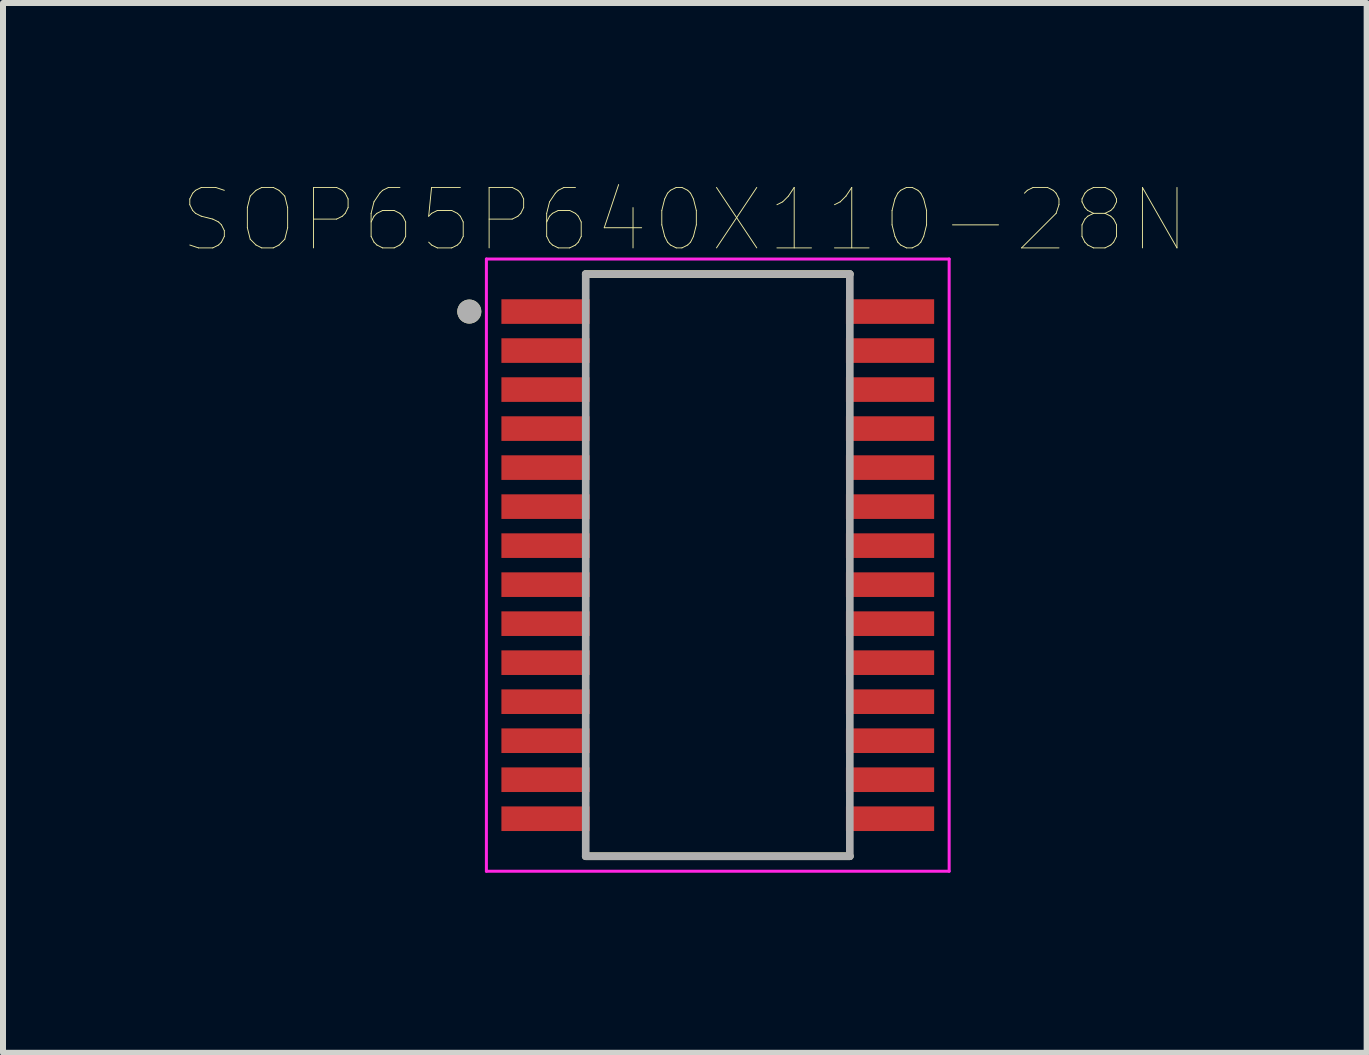
<source format=kicad_pcb>
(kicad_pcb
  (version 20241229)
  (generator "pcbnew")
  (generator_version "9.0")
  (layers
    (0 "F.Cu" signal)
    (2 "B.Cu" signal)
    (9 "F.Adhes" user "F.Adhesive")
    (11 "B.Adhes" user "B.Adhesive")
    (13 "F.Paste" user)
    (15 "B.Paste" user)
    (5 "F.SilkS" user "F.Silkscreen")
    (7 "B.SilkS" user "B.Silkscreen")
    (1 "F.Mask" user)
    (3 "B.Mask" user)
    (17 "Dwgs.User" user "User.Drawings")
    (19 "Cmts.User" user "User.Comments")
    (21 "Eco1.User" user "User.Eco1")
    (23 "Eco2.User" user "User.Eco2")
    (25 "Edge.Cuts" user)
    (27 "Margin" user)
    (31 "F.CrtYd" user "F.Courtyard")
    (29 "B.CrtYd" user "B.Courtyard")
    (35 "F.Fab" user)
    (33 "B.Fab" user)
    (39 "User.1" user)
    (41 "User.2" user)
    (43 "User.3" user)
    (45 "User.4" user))
  (footprint "SOP65P640X110-28N"
    (layer "F.Cu")
    (at 8.909 6.366)
    (property "Reference" "SOP65P640X110-28N" (at -0.549 -5.751 0) (layer "F.SilkS") (effects (font (size 1.007 1.007) (thickness 0.015))))
    (attr through_hole)
    (fp_line (start -2.2 -4.85) (end 2.2 -4.85) (stroke (width 0.127) (type solid)) (layer "F.SilkS"))
    (fp_line (start -2.2 4.85) (end 2.2 4.85) (stroke (width 0.127) (type solid)) (layer "F.SilkS"))
    (fp_circle (center -4.14 -4.225) (end -4.04 -4.225) (stroke (width 0.2) (type solid)) (fill no) (layer "F.SilkS"))
    (fp_line (start -3.855 -5.1) (end -3.855 5.1) (stroke (width 0.05) (type solid)) (layer "F.CrtYd"))
    (fp_line (start -3.855 -5.1) (end 3.855 -5.1) (stroke (width 0.05) (type solid)) (layer "F.CrtYd"))
    (fp_line (start -3.855 5.1) (end 3.855 5.1) (stroke (width 0.05) (type solid)) (layer "F.CrtYd"))
    (fp_line (start 3.855 -5.1) (end 3.855 5.1) (stroke (width 0.05) (type solid)) (layer "F.CrtYd"))
    (fp_line (start -2.2 -4.85) (end -2.2 4.85) (stroke (width 0.127) (type solid)) (layer "F.Fab"))
    (fp_line (start -2.2 -4.85) (end 2.2 -4.85) (stroke (width 0.127) (type solid)) (layer "F.Fab"))
    (fp_line (start -2.2 4.85) (end 2.2 4.85) (stroke (width 0.127) (type solid)) (layer "F.Fab"))
    (fp_line (start 2.2 -4.85) (end 2.2 4.85) (stroke (width 0.127) (type solid)) (layer "F.Fab"))
    (fp_circle (center -4.14 -4.225) (end -4.04 -4.225) (stroke (width 0.2) (type solid)) (fill no) (layer "F.Fab"))
    (pad "1" smd rect (at -2.87 -4.225) (size 1.47 0.41) (layers "F.Cu" "F.Mask" "F.Paste"))
    (pad "2" smd rect (at -2.87 -3.575) (size 1.47 0.41) (layers "F.Cu" "F.Mask" "F.Paste"))
    (pad "3" smd rect (at -2.87 -2.925) (size 1.47 0.41) (layers "F.Cu" "F.Mask" "F.Paste"))
    (pad "4" smd rect (at -2.87 -2.275) (size 1.47 0.41) (layers "F.Cu" "F.Mask" "F.Paste"))
    (pad "5" smd rect (at -2.87 -1.625) (size 1.47 0.41) (layers "F.Cu" "F.Mask" "F.Paste"))
    (pad "6" smd rect (at -2.87 -0.975) (size 1.47 0.41) (layers "F.Cu" "F.Mask" "F.Paste"))
    (pad "7" smd rect (at -2.87 -0.325) (size 1.47 0.41) (layers "F.Cu" "F.Mask" "F.Paste"))
    (pad "8" smd rect (at -2.87 0.325) (size 1.47 0.41) (layers "F.Cu" "F.Mask" "F.Paste"))
    (pad "9" smd rect (at -2.87 0.975) (size 1.47 0.41) (layers "F.Cu" "F.Mask" "F.Paste"))
    (pad "10" smd rect (at -2.87 1.625) (size 1.47 0.41) (layers "F.Cu" "F.Mask" "F.Paste"))
    (pad "11" smd rect (at -2.87 2.275) (size 1.47 0.41) (layers "F.Cu" "F.Mask" "F.Paste"))
    (pad "12" smd rect (at -2.87 2.925) (size 1.47 0.41) (layers "F.Cu" "F.Mask" "F.Paste"))
    (pad "13" smd rect (at -2.87 3.575) (size 1.47 0.41) (layers "F.Cu" "F.Mask" "F.Paste"))
    (pad "14" smd rect (at -2.87 4.225) (size 1.47 0.41) (layers "F.Cu" "F.Mask" "F.Paste"))
    (pad "15" smd rect (at 2.87 4.225) (size 1.47 0.41) (layers "F.Cu" "F.Mask" "F.Paste"))
    (pad "16" smd rect (at 2.87 3.575) (size 1.47 0.41) (layers "F.Cu" "F.Mask" "F.Paste"))
    (pad "17" smd rect (at 2.87 2.925) (size 1.47 0.41) (layers "F.Cu" "F.Mask" "F.Paste"))
    (pad "18" smd rect (at 2.87 2.275) (size 1.47 0.41) (layers "F.Cu" "F.Mask" "F.Paste"))
    (pad "19" smd rect (at 2.87 1.625) (size 1.47 0.41) (layers "F.Cu" "F.Mask" "F.Paste"))
    (pad "20" smd rect (at 2.87 0.975) (size 1.47 0.41) (layers "F.Cu" "F.Mask" "F.Paste"))
    (pad "21" smd rect (at 2.87 0.325) (size 1.47 0.41) (layers "F.Cu" "F.Mask" "F.Paste"))
    (pad "22" smd rect (at 2.87 -0.325) (size 1.47 0.41) (layers "F.Cu" "F.Mask" "F.Paste"))
    (pad "23" smd rect (at 2.87 -0.975) (size 1.47 0.41) (layers "F.Cu" "F.Mask" "F.Paste"))
    (pad "24" smd rect (at 2.87 -1.625) (size 1.47 0.41) (layers "F.Cu" "F.Mask" "F.Paste"))
    (pad "25" smd rect (at 2.87 -2.275) (size 1.47 0.41) (layers "F.Cu" "F.Mask" "F.Paste"))
    (pad "26" smd rect (at 2.87 -2.925) (size 1.47 0.41) (layers "F.Cu" "F.Mask" "F.Paste"))
    (pad "27" smd rect (at 2.87 -3.575) (size 1.47 0.41) (layers "F.Cu" "F.Mask" "F.Paste"))
    (pad "28" smd rect (at 2.87 -4.225) (size 1.47 0.41) (layers "F.Cu" "F.Mask" "F.Paste")))
  (gr_rect
    (start -3 -3)
    (end 19.72 14.491)
    (stroke (width 0.1) (type default))
    (fill no)
    (layer "Edge.Cuts")))
</source>
